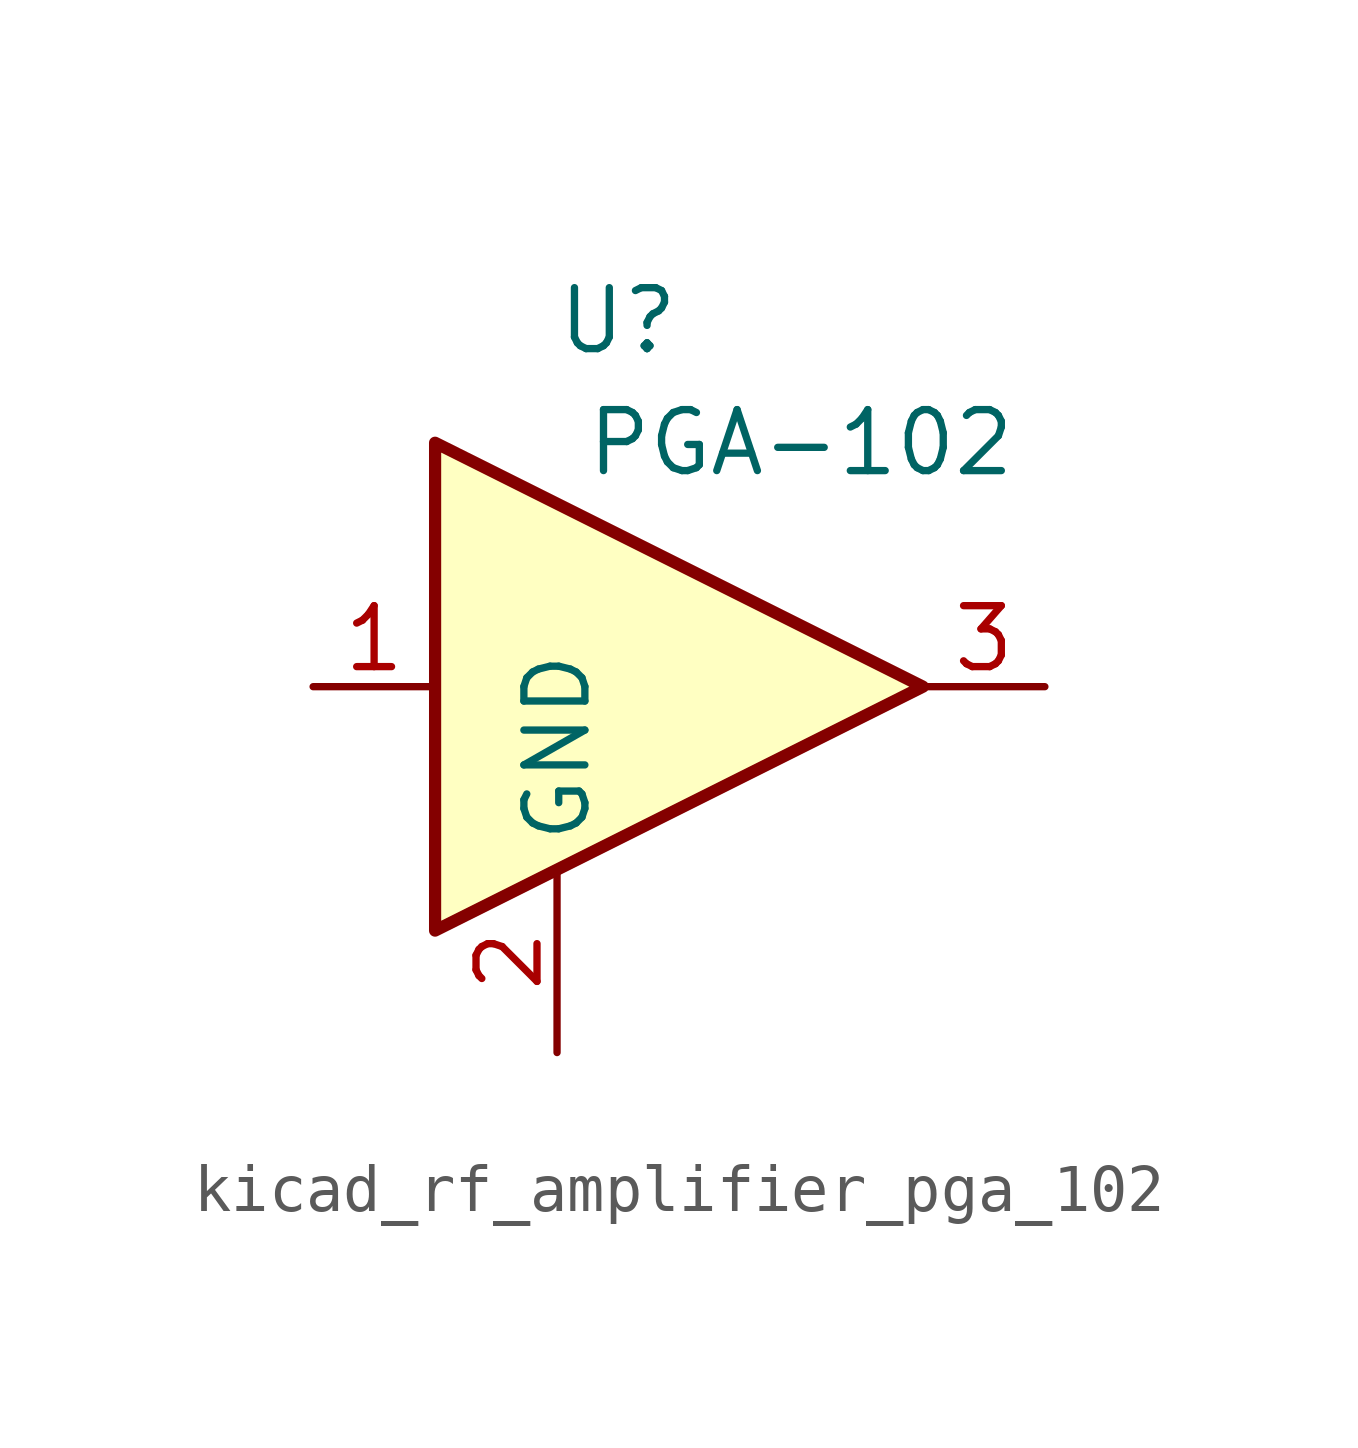
<source format=kicad_sym>
(kicad_symbol_lib
  (version 20220914)
  (generator kicad_symbol_editor)
  (symbol "kicad_rf_amplifier_pga_102"
    (property "Reference" "U"
      (at -1.27 7.62 0)
      (effects (font (size 1.27 1.27))))
    (property "Value" "PGA-102"
      (at 2.54 5.08 0)
      (effects (font (size 1.27 1.27))))
    (symbol "kicad_rf_amplifier_pga_102_0_1"
      (polyline (pts (xy 5.08 0) (xy -5.08 5.08) (xy -5.08 -5.08) (xy 5.08 0)) (stroke (width 0.254) (type default)) (fill (type background))))
    (symbol "kicad_rf_amplifier_pga_102_1_1"
      (pin input line (at -7.62 0 0) (length 2.54) (name "~" (effects (font (size 1.27 1.27)))) (number "1" (effects (font (size 1.27 1.27)))))
      (pin power_in line (at -2.54 -7.62 90) (length 3.81) (name "GND" (effects (font (size 1.27 1.27)))) (number "2" (effects (font (size 1.27 1.27)))))
      (pin output line (at 7.62 0 180) (length 2.54) (name "~" (effects (font (size 1.27 1.27)))) (number "3" (effects (font (size 1.27 1.27))))))))
</source>
